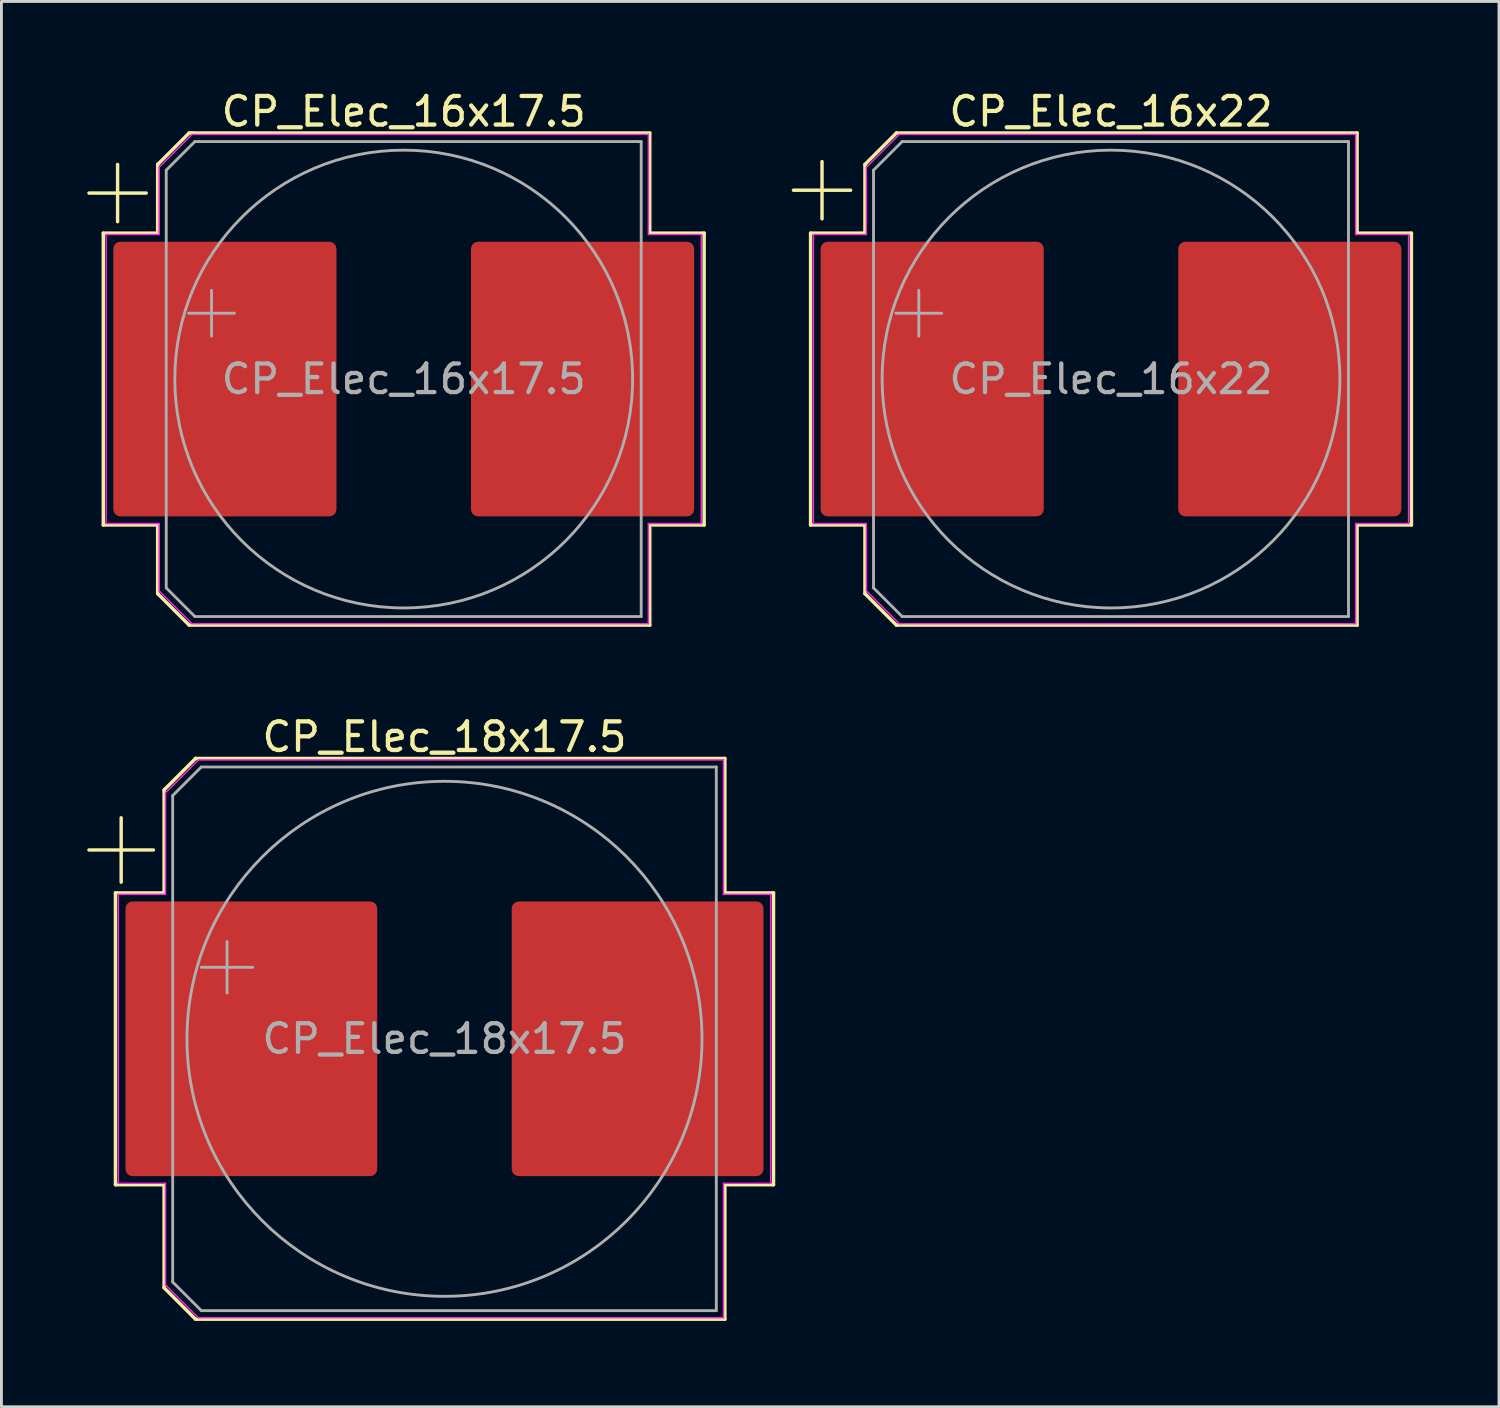
<source format=kicad_pcb>
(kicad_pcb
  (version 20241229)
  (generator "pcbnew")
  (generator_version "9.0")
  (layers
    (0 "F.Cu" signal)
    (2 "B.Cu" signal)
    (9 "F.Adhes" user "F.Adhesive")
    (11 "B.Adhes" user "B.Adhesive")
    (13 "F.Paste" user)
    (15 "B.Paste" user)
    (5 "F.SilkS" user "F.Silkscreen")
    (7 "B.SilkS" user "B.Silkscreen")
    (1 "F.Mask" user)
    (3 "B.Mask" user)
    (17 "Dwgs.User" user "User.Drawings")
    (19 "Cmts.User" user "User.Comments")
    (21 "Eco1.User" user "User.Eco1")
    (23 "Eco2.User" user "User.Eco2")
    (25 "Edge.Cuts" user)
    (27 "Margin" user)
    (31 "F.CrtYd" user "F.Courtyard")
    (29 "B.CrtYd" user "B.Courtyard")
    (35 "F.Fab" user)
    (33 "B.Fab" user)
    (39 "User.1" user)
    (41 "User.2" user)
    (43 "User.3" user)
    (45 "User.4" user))
  (footprint "CP_Elec_16x22"
    (layer "F.Cu")
    (at 35.78 10.198)
    (property "Reference" "CP_Elec_16x22" (at 0 -9.35 0) (layer "F.SilkS") (effects (font (size 1 1) (thickness 0.15))))
    (attr smd)
    (fp_line (start -11.1 -6.6) (end -9.1 -6.6) (stroke (width 0.12) (type solid)) (layer "F.SilkS"))
    (fp_line (start -10.5 -5.1) (end -10.5 5.1) (stroke (width 0.12) (type solid)) (layer "F.SilkS"))
    (fp_line (start -10.5 5.1) (end -8.6 5.1) (stroke (width 0.12) (type solid)) (layer "F.SilkS"))
    (fp_line (start -10.1 -7.6) (end -10.1 -5.6) (stroke (width 0.12) (type solid)) (layer "F.SilkS"))
    (fp_line (start -8.6 -7.5) (end -8.6 -5.1) (stroke (width 0.12) (type solid)) (layer "F.SilkS"))
    (fp_line (start -8.6 -5.1) (end -10.5 -5.1) (stroke (width 0.12) (type solid)) (layer "F.SilkS"))
    (fp_line (start -8.6 5.1) (end -8.6 7.5) (stroke (width 0.12) (type solid)) (layer "F.SilkS"))
    (fp_line (start -8.6 7.5) (end -7.5 8.6) (stroke (width 0.12) (type solid)) (layer "F.SilkS"))
    (fp_line (start -7.5 -8.6) (end -8.6 -7.5) (stroke (width 0.12) (type solid)) (layer "F.SilkS"))
    (fp_line (start -7.5 8.6) (end 8.6 8.6) (stroke (width 0.12) (type solid)) (layer "F.SilkS"))
    (fp_line (start 8.6 -8.6) (end -7.5 -8.6) (stroke (width 0.12) (type solid)) (layer "F.SilkS"))
    (fp_line (start 8.6 -5.1) (end 8.6 -8.6) (stroke (width 0.12) (type solid)) (layer "F.SilkS"))
    (fp_line (start 8.6 5.1) (end 10.5 5.1) (stroke (width 0.12) (type solid)) (layer "F.SilkS"))
    (fp_line (start 8.6 8.6) (end 8.6 5.1) (stroke (width 0.12) (type solid)) (layer "F.SilkS"))
    (fp_line (start 10.5 -5.1) (end 8.6 -5.1) (stroke (width 0.12) (type solid)) (layer "F.SilkS"))
    (fp_line (start 10.5 5.1) (end 10.5 -5.1) (stroke (width 0.12) (type solid)) (layer "F.SilkS"))
    (fp_line (start -10.4 -5.05) (end -10.4 5.05) (stroke (width 0.05) (type solid)) (layer "F.CrtYd"))
    (fp_line (start -10.4 5.05) (end -8.55 5.05) (stroke (width 0.05) (type solid)) (layer "F.CrtYd"))
    (fp_line (start -8.55 -7.4) (end -8.55 -5.05) (stroke (width 0.05) (type solid)) (layer "F.CrtYd"))
    (fp_line (start -8.55 -7.4) (end -7.4 -8.55) (stroke (width 0.05) (type solid)) (layer "F.CrtYd"))
    (fp_line (start -8.55 -5.05) (end -10.4 -5.05) (stroke (width 0.05) (type solid)) (layer "F.CrtYd"))
    (fp_line (start -8.55 5.05) (end -8.55 7.4) (stroke (width 0.05) (type solid)) (layer "F.CrtYd"))
    (fp_line (start -8.55 7.4) (end -7.4 8.55) (stroke (width 0.05) (type solid)) (layer "F.CrtYd"))
    (fp_line (start -7.4 -8.55) (end 8.55 -8.55) (stroke (width 0.05) (type solid)) (layer "F.CrtYd"))
    (fp_line (start -7.4 8.55) (end 8.55 8.55) (stroke (width 0.05) (type solid)) (layer "F.CrtYd"))
    (fp_line (start 8.55 -8.55) (end 8.55 -5.05) (stroke (width 0.05) (type solid)) (layer "F.CrtYd"))
    (fp_line (start 8.55 -5.05) (end 10.4 -5.05) (stroke (width 0.05) (type solid)) (layer "F.CrtYd"))
    (fp_line (start 8.55 5.05) (end 8.55 8.55) (stroke (width 0.05) (type solid)) (layer "F.CrtYd"))
    (fp_line (start 10.4 -5.05) (end 10.4 5.05) (stroke (width 0.05) (type solid)) (layer "F.CrtYd"))
    (fp_line (start 10.4 5.05) (end 8.55 5.05) (stroke (width 0.05) (type solid)) (layer "F.CrtYd"))
    (fp_line (start -8.3 -7.3) (end -8.3 7.3) (stroke (width 0.1) (type solid)) (layer "F.Fab"))
    (fp_line (start -8.3 -7.3) (end -7.3 -8.3) (stroke (width 0.1) (type solid)) (layer "F.Fab"))
    (fp_line (start -8.3 7.3) (end -7.3 8.3) (stroke (width 0.1) (type solid)) (layer "F.Fab"))
    (fp_line (start -7.517 -2.3) (end -5.917 -2.3) (stroke (width 0.1) (type solid)) (layer "F.Fab"))
    (fp_line (start -7.3 -8.3) (end 8.3 -8.3) (stroke (width 0.1) (type solid)) (layer "F.Fab"))
    (fp_line (start -7.3 8.3) (end 8.3 8.3) (stroke (width 0.1) (type solid)) (layer "F.Fab"))
    (fp_line (start -6.717 -3.1) (end -6.717 -1.5) (stroke (width 0.1) (type solid)) (layer "F.Fab"))
    (fp_line (start 8.3 -8.3) (end 8.3 8.3) (stroke (width 0.1) (type solid)) (layer "F.Fab"))
    (fp_circle (center 0 0) (end 8 0) (stroke (width 0.1) (type solid)) (fill no) (layer "F.Fab"))
    (fp_text user "${REFERENCE}" (at 0 0 0) (layer "F.Fab") (effects (font (size 1 1) (thickness 0.15))))
    (pad "1" smd roundrect (at -6.25 0) (size 7.8 9.6) (layers "F.Cu" "F.Mask" "F.Paste") (roundrect_rratio 0.032))
    (pad "2" smd roundrect (at 6.25 0) (size 7.8 9.6) (layers "F.Cu" "F.Mask" "F.Paste") (roundrect_rratio 0.032)))
  (footprint "CP_Elec_16x17.5"
    (layer "F.Cu")
    (at 11.06 10.198)
    (property "Reference" "CP_Elec_16x17.5" (at 0 -9.35 0) (layer "F.SilkS") (effects (font (size 1 1) (thickness 0.15))))
    (attr smd)
    (fp_line (start -11 -6.5) (end -9 -6.5) (stroke (width 0.12) (type solid)) (layer "F.SilkS"))
    (fp_line (start -10.5 -5.1) (end -10.5 5.1) (stroke (width 0.12) (type solid)) (layer "F.SilkS"))
    (fp_line (start -10.5 5.1) (end -8.6 5.1) (stroke (width 0.12) (type solid)) (layer "F.SilkS"))
    (fp_line (start -10 -7.5) (end -10 -5.5) (stroke (width 0.12) (type solid)) (layer "F.SilkS"))
    (fp_line (start -8.6 -7.5) (end -8.6 -5.1) (stroke (width 0.12) (type solid)) (layer "F.SilkS"))
    (fp_line (start -8.6 -5.1) (end -10.5 -5.1) (stroke (width 0.12) (type solid)) (layer "F.SilkS"))
    (fp_line (start -8.6 5.1) (end -8.6 7.5) (stroke (width 0.12) (type solid)) (layer "F.SilkS"))
    (fp_line (start -8.6 7.5) (end -7.5 8.6) (stroke (width 0.12) (type solid)) (layer "F.SilkS"))
    (fp_line (start -7.5 -8.6) (end -8.6 -7.5) (stroke (width 0.12) (type solid)) (layer "F.SilkS"))
    (fp_line (start -7.5 8.6) (end 8.6 8.6) (stroke (width 0.12) (type solid)) (layer "F.SilkS"))
    (fp_line (start -7.4 -8.6) (end -7.5 -8.6) (stroke (width 0.12) (type solid)) (layer "F.SilkS"))
    (fp_line (start 8.6 -8.6) (end -7.4 -8.6) (stroke (width 0.12) (type solid)) (layer "F.SilkS"))
    (fp_line (start 8.6 -5.1) (end 8.6 -8.6) (stroke (width 0.12) (type solid)) (layer "F.SilkS"))
    (fp_line (start 8.6 8.6) (end 8.6 5.1) (stroke (width 0.12) (type solid)) (layer "F.SilkS"))
    (fp_line (start 8.7 5.1) (end 10.5 5.1) (stroke (width 0.12) (type solid)) (layer "F.SilkS"))
    (fp_line (start 10.5 -5.1) (end 8.6 -5.1) (stroke (width 0.12) (type solid)) (layer "F.SilkS"))
    (fp_line (start 10.5 5.1) (end 10.5 -5.1) (stroke (width 0.12) (type solid)) (layer "F.SilkS"))
    (fp_line (start -10.4 -5.05) (end -10.4 5.05) (stroke (width 0.05) (type solid)) (layer "F.CrtYd"))
    (fp_line (start -10.4 5.05) (end -8.55 5.05) (stroke (width 0.05) (type solid)) (layer "F.CrtYd"))
    (fp_line (start -8.55 -7.4) (end -8.55 -5.05) (stroke (width 0.05) (type solid)) (layer "F.CrtYd"))
    (fp_line (start -8.55 -7.4) (end -7.4 -8.55) (stroke (width 0.05) (type solid)) (layer "F.CrtYd"))
    (fp_line (start -8.55 -5.05) (end -10.4 -5.05) (stroke (width 0.05) (type solid)) (layer "F.CrtYd"))
    (fp_line (start -8.55 5.05) (end -8.55 7.4) (stroke (width 0.05) (type solid)) (layer "F.CrtYd"))
    (fp_line (start -8.55 7.4) (end -7.4 8.55) (stroke (width 0.05) (type solid)) (layer "F.CrtYd"))
    (fp_line (start -7.4 -8.55) (end 8.55 -8.55) (stroke (width 0.05) (type solid)) (layer "F.CrtYd"))
    (fp_line (start -7.4 8.55) (end 8.55 8.55) (stroke (width 0.05) (type solid)) (layer "F.CrtYd"))
    (fp_line (start 8.55 -8.55) (end 8.55 -5.05) (stroke (width 0.05) (type solid)) (layer "F.CrtYd"))
    (fp_line (start 8.55 -5.05) (end 10.4 -5.05) (stroke (width 0.05) (type solid)) (layer "F.CrtYd"))
    (fp_line (start 8.55 5.05) (end 8.55 8.55) (stroke (width 0.05) (type solid)) (layer "F.CrtYd"))
    (fp_line (start 10.4 -5.05) (end 10.4 5.05) (stroke (width 0.05) (type solid)) (layer "F.CrtYd"))
    (fp_line (start 10.4 5.05) (end 8.55 5.05) (stroke (width 0.05) (type solid)) (layer "F.CrtYd"))
    (fp_line (start -8.3 -7.3) (end -8.3 7.3) (stroke (width 0.1) (type solid)) (layer "F.Fab"))
    (fp_line (start -8.3 -7.3) (end -7.3 -8.3) (stroke (width 0.1) (type solid)) (layer "F.Fab"))
    (fp_line (start -8.3 7.3) (end -7.3 8.3) (stroke (width 0.1) (type solid)) (layer "F.Fab"))
    (fp_line (start -7.517 -2.3) (end -5.917 -2.3) (stroke (width 0.1) (type solid)) (layer "F.Fab"))
    (fp_line (start -7.3 -8.3) (end 8.3 -8.3) (stroke (width 0.1) (type solid)) (layer "F.Fab"))
    (fp_line (start -7.3 8.3) (end 8.3 8.3) (stroke (width 0.1) (type solid)) (layer "F.Fab"))
    (fp_line (start -6.717 -3.1) (end -6.717 -1.5) (stroke (width 0.1) (type solid)) (layer "F.Fab"))
    (fp_line (start 8.3 -8.3) (end 8.3 8.3) (stroke (width 0.1) (type solid)) (layer "F.Fab"))
    (fp_circle (center 0 0) (end 8 0) (stroke (width 0.1) (type solid)) (fill no) (layer "F.Fab"))
    (fp_text user "${REFERENCE}" (at 0 0 0) (layer "F.Fab") (effects (font (size 1 1) (thickness 0.15))))
    (pad "1" smd roundrect (at -6.25 0) (size 7.8 9.6) (layers "F.Cu" "F.Mask" "F.Paste") (roundrect_rratio 0.032))
    (pad "2" smd roundrect (at 6.25 0) (size 7.8 9.6) (layers "F.Cu" "F.Mask" "F.Paste") (roundrect_rratio 0.032)))
  (footprint "CP_Elec_18x17.5"
    (layer "F.Cu")
    (at 12.485 33.257)
    (property "Reference" "CP_Elec_18x17.5" (at 0 -10.55 0) (layer "F.SilkS") (effects (font (size 1 1) (thickness 0.15))))
    (attr smd)
    (fp_line (start -12.425 -6.6) (end -10.175 -6.6) (stroke (width 0.12) (type solid)) (layer "F.SilkS"))
    (fp_line (start -11.5 -5.1) (end -11.5 5.1) (stroke (width 0.12) (type solid)) (layer "F.SilkS"))
    (fp_line (start -11.5 5.1) (end -9.8 5.1) (stroke (width 0.12) (type solid)) (layer "F.SilkS"))
    (fp_line (start -11.3 -7.725) (end -11.3 -5.475) (stroke (width 0.12) (type solid)) (layer "F.SilkS"))
    (fp_line (start -9.8 -8.7) (end -9.8 -5.1) (stroke (width 0.12) (type solid)) (layer "F.SilkS"))
    (fp_line (start -9.8 -5.1) (end -11.5 -5.1) (stroke (width 0.12) (type solid)) (layer "F.SilkS"))
    (fp_line (start -9.8 5.1) (end -9.8 8.7) (stroke (width 0.12) (type solid)) (layer "F.SilkS"))
    (fp_line (start -9.8 8.7) (end -8.7 9.8) (stroke (width 0.12) (type solid)) (layer "F.SilkS"))
    (fp_line (start -8.7 -9.8) (end -9.8 -8.7) (stroke (width 0.12) (type solid)) (layer "F.SilkS"))
    (fp_line (start -8.7 9.8) (end 9.8 9.8) (stroke (width 0.12) (type solid)) (layer "F.SilkS"))
    (fp_line (start 9.8 -9.8) (end -8.7 -9.8) (stroke (width 0.12) (type solid)) (layer "F.SilkS"))
    (fp_line (start 9.8 -5.1) (end 9.8 -9.8) (stroke (width 0.12) (type solid)) (layer "F.SilkS"))
    (fp_line (start 9.8 5.1) (end 11.5 5.1) (stroke (width 0.12) (type solid)) (layer "F.SilkS"))
    (fp_line (start 9.8 9.8) (end 9.8 5.1) (stroke (width 0.12) (type solid)) (layer "F.SilkS"))
    (fp_line (start 11.5 -5.1) (end 9.8 -5.1) (stroke (width 0.12) (type solid)) (layer "F.SilkS"))
    (fp_line (start 11.5 5.1) (end 11.5 -5.1) (stroke (width 0.12) (type solid)) (layer "F.SilkS"))
    (fp_line (start -11.4 -5.05) (end -11.4 5.05) (stroke (width 0.05) (type solid)) (layer "F.CrtYd"))
    (fp_line (start -11.4 5.05) (end -9.75 5.05) (stroke (width 0.05) (type solid)) (layer "F.CrtYd"))
    (fp_line (start -9.75 -8.6) (end -9.75 -5.05) (stroke (width 0.05) (type solid)) (layer "F.CrtYd"))
    (fp_line (start -9.75 -8.6) (end -8.6 -9.75) (stroke (width 0.05) (type solid)) (layer "F.CrtYd"))
    (fp_line (start -9.75 -5.05) (end -11.4 -5.05) (stroke (width 0.05) (type solid)) (layer "F.CrtYd"))
    (fp_line (start -9.75 5.05) (end -9.75 8.6) (stroke (width 0.05) (type solid)) (layer "F.CrtYd"))
    (fp_line (start -9.75 8.6) (end -8.6 9.75) (stroke (width 0.05) (type solid)) (layer "F.CrtYd"))
    (fp_line (start -8.6 -9.75) (end 9.75 -9.75) (stroke (width 0.05) (type solid)) (layer "F.CrtYd"))
    (fp_line (start -8.6 9.75) (end 9.75 9.75) (stroke (width 0.05) (type solid)) (layer "F.CrtYd"))
    (fp_line (start 9.75 -9.75) (end 9.75 -5.05) (stroke (width 0.05) (type solid)) (layer "F.CrtYd"))
    (fp_line (start 9.75 -5.05) (end 11.4 -5.05) (stroke (width 0.05) (type solid)) (layer "F.CrtYd"))
    (fp_line (start 9.75 5.05) (end 9.75 9.75) (stroke (width 0.05) (type solid)) (layer "F.CrtYd"))
    (fp_line (start 11.4 -5.05) (end 11.4 5.05) (stroke (width 0.05) (type solid)) (layer "F.CrtYd"))
    (fp_line (start 11.4 5.05) (end 9.75 5.05) (stroke (width 0.05) (type solid)) (layer "F.CrtYd"))
    (fp_line (start -9.5 -8.5) (end -9.5 8.5) (stroke (width 0.1) (type solid)) (layer "F.Fab"))
    (fp_line (start -9.5 -8.5) (end -8.5 -9.5) (stroke (width 0.1) (type solid)) (layer "F.Fab"))
    (fp_line (start -9.5 8.5) (end -8.5 9.5) (stroke (width 0.1) (type solid)) (layer "F.Fab"))
    (fp_line (start -8.5 -9.5) (end 9.5 -9.5) (stroke (width 0.1) (type solid)) (layer "F.Fab"))
    (fp_line (start -8.5 9.5) (end 9.5 9.5) (stroke (width 0.1) (type solid)) (layer "F.Fab"))
    (fp_line (start -8.499 -2.5) (end -6.699 -2.5) (stroke (width 0.1) (type solid)) (layer "F.Fab"))
    (fp_line (start -7.599 -3.4) (end -7.599 -1.6) (stroke (width 0.1) (type solid)) (layer "F.Fab"))
    (fp_line (start 9.5 -9.5) (end 9.5 9.5) (stroke (width 0.1) (type solid)) (layer "F.Fab"))
    (fp_circle (center 0 0) (end 9 0) (stroke (width 0.1) (type solid)) (fill no) (layer "F.Fab"))
    (fp_text user "${REFERENCE}" (at 0 0 0) (layer "F.Fab") (effects (font (size 1 1) (thickness 0.15))))
    (pad "1" smd roundrect (at -6.75 0) (size 8.8 9.6) (layers "F.Cu" "F.Mask" "F.Paste") (roundrect_rratio 0.028))
    (pad "2" smd roundrect (at 6.75 0) (size 8.8 9.6) (layers "F.Cu" "F.Mask" "F.Paste") (roundrect_rratio 0.028)))
  (gr_rect
    (start -3 -3)
    (end 49.34 46.117)
    (stroke (width 0.1) (type default))
    (fill no)
    (layer "Edge.Cuts")))
</source>
